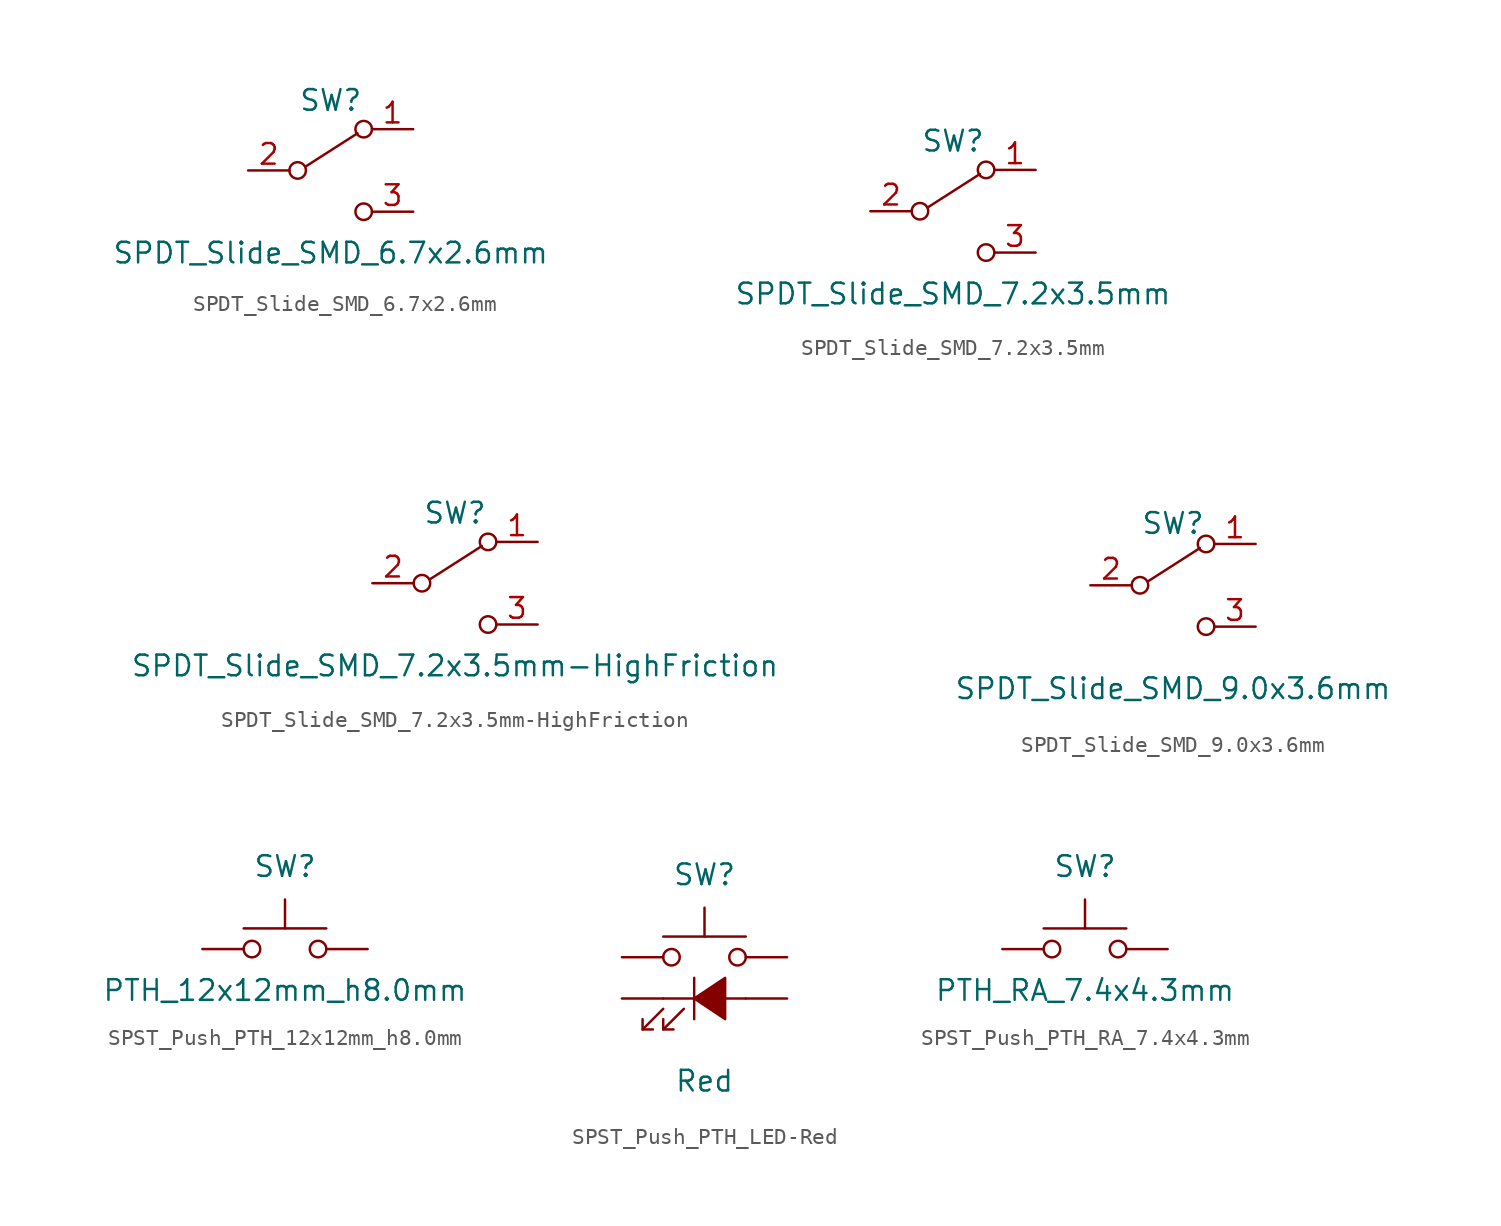
<source format=kicad_sym>
(kicad_symbol_lib
  (version 20231120)
  (generator "kicad_symbol_editor")
  (generator_version "8.0")
  (symbol "SPDT_Slide_SMD_6.7x2.6mm"
    (pin_names
      (offset 0) hide)
    (property "Reference" "SW"
      (at 0 4.318 0)
      (effects (font (size 1.27 1.27))))
    (property "Value" "SPDT_Slide_SMD_6.7x2.6mm"
      (at 0 -5.08 0)
      (effects (font (size 1.27 1.27))))
    (symbol "SPDT_Slide_SMD_6.7x2.6mm_0_0"
      (circle (center -2.032 0) (radius 0.508) (stroke (width 0) (type default)) (fill (type none)))
      (circle (center 2.032 -2.54) (radius 0.508) (stroke (width 0) (type default)) (fill (type none))))
    (symbol "SPDT_Slide_SMD_6.7x2.6mm_0_1"
      (polyline (pts (xy -1.524 0.254) (xy 1.651 2.286)) (stroke (width 0) (type default)) (fill (type none)))
      (circle (center 2.032 2.54) (radius 0.508) (stroke (width 0) (type default)) (fill (type none))))
    (symbol "SPDT_Slide_SMD_6.7x2.6mm_1_1"
      (pin passive line (at 5.08 2.54 180) (length 2.54) (name "A" (effects (font (size 1.27 1.27)))) (number "1" (effects (font (size 1.27 1.27)))))
      (pin passive line (at -5.08 0 0) (length 2.54) (name "2" (effects (font (size 1.27 1.27)))) (number "2" (effects (font (size 1.27 1.27)))))
      (pin passive line (at 5.08 -2.54 180) (length 2.54) (name "C" (effects (font (size 1.27 1.27)))) (number "3" (effects (font (size 1.27 1.27)))))
      (pin no_connect line (at 15.24 2.54 180) (length 2.54) hide (name "MT1" (effects (font (size 1.27 1.27)))) (number "MT1" (effects (font (size 1.27 1.27)))))
      (pin no_connect line (at 15.24 0 180) (length 2.54) hide (name "MT2" (effects (font (size 1.27 1.27)))) (number "MT2" (effects (font (size 1.27 1.27)))))
      (pin no_connect line (at 15.24 -2.54 180) (length 2.54) hide (name "MT3" (effects (font (size 1.27 1.27)))) (number "MT3" (effects (font (size 1.27 1.27)))))
      (pin no_connect line (at 15.24 -5.08 180) (length 2.54) hide (name "MT4" (effects (font (size 1.27 1.27)))) (number "MT4" (effects (font (size 1.27 1.27)))))))
  (symbol "SPDT_Slide_SMD_7.2x3.5mm"
    (pin_names
      (offset 0) hide)
    (property "Reference" "SW"
      (at 0 4.318 0)
      (effects (font (size 1.27 1.27))))
    (property "Value" "SPDT_Slide_SMD_7.2x3.5mm"
      (at 0 -5.08 0)
      (effects (font (size 1.27 1.27))))
    (symbol "SPDT_Slide_SMD_7.2x3.5mm_0_0"
      (circle (center -2.032 0) (radius 0.508) (stroke (width 0) (type default)) (fill (type none)))
      (circle (center 2.032 -2.54) (radius 0.508) (stroke (width 0) (type default)) (fill (type none))))
    (symbol "SPDT_Slide_SMD_7.2x3.5mm_0_1"
      (polyline (pts (xy -1.524 0.254) (xy 1.651 2.286)) (stroke (width 0) (type default)) (fill (type none)))
      (circle (center 2.032 2.54) (radius 0.508) (stroke (width 0) (type default)) (fill (type none))))
    (symbol "SPDT_Slide_SMD_7.2x3.5mm_1_1"
      (pin passive line (at 5.08 2.54 180) (length 2.54) (name "A" (effects (font (size 1.27 1.27)))) (number "1" (effects (font (size 1.27 1.27)))))
      (pin passive line (at -5.08 0 0) (length 2.54) (name "B" (effects (font (size 1.27 1.27)))) (number "2" (effects (font (size 1.27 1.27)))))
      (pin passive line (at 5.08 -2.54 180) (length 2.54) (name "C" (effects (font (size 1.27 1.27)))) (number "3" (effects (font (size 1.27 1.27)))))
      (pin no_connect line (at -5.08 2.54 0) (length 2.54) hide (name "4" (effects (font (size 1.27 1.27)))) (number "4" (effects (font (size 1.27 1.27)))))
      (pin no_connect line (at -5.08 5.08 0) (length 2.54) hide (name "5" (effects (font (size 1.27 1.27)))) (number "5" (effects (font (size 1.27 1.27)))))
      (pin no_connect line (at -5.08 7.62 0) (length 2.54) hide (name "6" (effects (font (size 1.27 1.27)))) (number "6" (effects (font (size 1.27 1.27)))))))
  (symbol "SPDT_Slide_SMD_7.2x3.5mm-HighFriction"
    (pin_names
      (offset 0) hide)
    (property "Reference" "SW"
      (at 0 4.318 0)
      (effects (font (size 1.27 1.27))))
    (property "Value" "SPDT_Slide_SMD_7.2x3.5mm-HighFriction"
      (at 0 -5.08 0)
      (effects (font (size 1.27 1.27))))
    (symbol "SPDT_Slide_SMD_7.2x3.5mm-HighFriction_0_0"
      (circle (center -2.032 0) (radius 0.508) (stroke (width 0) (type default)) (fill (type none)))
      (circle (center 2.032 -2.54) (radius 0.508) (stroke (width 0) (type default)) (fill (type none))))
    (symbol "SPDT_Slide_SMD_7.2x3.5mm-HighFriction_0_1"
      (polyline (pts (xy -1.524 0.254) (xy 1.651 2.286)) (stroke (width 0) (type default)) (fill (type none)))
      (circle (center 2.032 2.54) (radius 0.508) (stroke (width 0) (type default)) (fill (type none))))
    (symbol "SPDT_Slide_SMD_7.2x3.5mm-HighFriction_1_1"
      (pin passive line (at 5.08 2.54 180) (length 2.54) (name "A" (effects (font (size 1.27 1.27)))) (number "1" (effects (font (size 1.27 1.27)))))
      (pin passive line (at -5.08 0 0) (length 2.54) (name "B" (effects (font (size 1.27 1.27)))) (number "2" (effects (font (size 1.27 1.27)))))
      (pin passive line (at 5.08 -2.54 180) (length 2.54) (name "C" (effects (font (size 1.27 1.27)))) (number "3" (effects (font (size 1.27 1.27)))))
      (pin no_connect line (at -5.08 2.54 0) (length 2.54) hide (name "4" (effects (font (size 1.27 1.27)))) (number "4" (effects (font (size 1.27 1.27)))))
      (pin no_connect line (at -5.08 5.08 0) (length 2.54) hide (name "5" (effects (font (size 1.27 1.27)))) (number "5" (effects (font (size 1.27 1.27)))))
      (pin no_connect line (at -5.08 7.62 0) (length 2.54) hide (name "6" (effects (font (size 1.27 1.27)))) (number "6" (effects (font (size 1.27 1.27)))))))
  (symbol "SPDT_Slide_SMD_9.0x3.6mm"
    (pin_names
      (offset 0) hide)
    (property "Reference" "SW"
      (at 0 5.08 0)
      (effects (font (size 1.27 1.27))))
    (property "Value" "SPDT_Slide_SMD_9.0x3.6mm"
      (at 0 -5.08 0)
      (effects (font (size 1.27 1.27))))
    (symbol "SPDT_Slide_SMD_9.0x3.6mm_0_0"
      (circle (center -2.032 1.27) (radius 0.508) (stroke (width 0) (type default)) (fill (type none)))
      (circle (center 2.032 -1.27) (radius 0.508) (stroke (width 0) (type default)) (fill (type none))))
    (symbol "SPDT_Slide_SMD_9.0x3.6mm_0_1"
      (polyline (pts (xy -1.524 1.524) (xy 1.651 3.556)) (stroke (width 0) (type default)) (fill (type none)))
      (circle (center 2.032 3.81) (radius 0.508) (stroke (width 0) (type default)) (fill (type none))))
    (symbol "SPDT_Slide_SMD_9.0x3.6mm_1_1"
      (pin passive line (at 5.08 3.81 180) (length 2.54) (name "A" (effects (font (size 1.27 1.27)))) (number "1" (effects (font (size 1.27 1.27)))))
      (pin passive line (at -5.08 1.27 0) (length 2.54) (name "B" (effects (font (size 1.27 1.27)))) (number "2" (effects (font (size 1.27 1.27)))))
      (pin passive line (at 5.08 -1.27 180) (length 2.54) (name "C" (effects (font (size 1.27 1.27)))) (number "3" (effects (font (size 1.27 1.27)))))
      (pin no_connect line (at -5.08 3.81 0) (length 2.54) hide (name "4" (effects (font (size 1.27 1.27)))) (number "4" (effects (font (size 1.27 1.27)))))
      (pin no_connect line (at -5.08 6.35 0) (length 2.54) hide (name "5" (effects (font (size 1.27 1.27)))) (number "5" (effects (font (size 1.27 1.27)))))
      (pin no_connect line (at -5.08 8.89 0) (length 2.54) hide (name "6" (effects (font (size 1.27 1.27)))) (number "6" (effects (font (size 1.27 1.27)))))))
  (symbol "SPST_Push_PTH_12x12mm_h8.0mm"
    (pin_numbers hide)
    (pin_names
      (offset 0) hide)
    (property "Reference" "SW"
      (at 0 5.08 0)
      (effects (font (size 1.27 1.27))))
    (property "Value" "PTH_12x12mm_h8.0mm"
      (at 0 -2.54 0)
      (effects (font (size 1.27 1.27))))
    (symbol "SPST_Push_PTH_12x12mm_h8.0mm_0_1"
      (circle (center -2.032 0) (radius 0.508) (stroke (width 0) (type default)) (fill (type none)))
      (polyline (pts (xy 0 1.27) (xy 0 3.048)) (stroke (width 0) (type default)) (fill (type none)))
      (polyline (pts (xy 2.54 1.27) (xy -2.54 1.27)) (stroke (width 0) (type default)) (fill (type none)))
      (circle (center 2.032 0) (radius 0.508) (stroke (width 0) (type default)) (fill (type none)))
      (pin passive line (at -5.08 0 0) (length 2.54) (name "1" (effects (font (size 1.27 1.27)))) (number "1" (effects (font (size 1.27 1.27))))))
    (symbol "SPST_Push_PTH_12x12mm_h8.0mm_1_1"
      (pin passive line (at 5.08 0 180) (length 2.54) (name "2" (effects (font (size 1.27 1.27)))) (number "2" (effects (font (size 1.27 1.27)))))))
  (symbol "SPST_Push_PTH_LED-Red"
    (pin_numbers hide)
    (pin_names
      (offset 0) hide)
    (property "Reference" "SW"
      (at 0 7.62 0)
      (effects (font (size 1.27 1.27))))
    (property "Value" "Red"
      (at 0 -5.08 0)
      (effects (font (size 1.27 1.27))))
    (symbol "SPST_Push_PTH_LED-Red_0_0"
      (polyline (pts (xy -3.81 -1.905) (xy -2.54 -0.635)) (stroke (width 0) (type default)) (fill (type none)))
      (polyline (pts (xy -2.54 -1.905) (xy -1.27 -0.635)) (stroke (width 0) (type default)) (fill (type none)))
      (polyline (pts (xy -2.54 0) (xy 2.54 0)) (stroke (width 0) (type default)) (fill (type none)))
      (polyline (pts (xy -0.635 1.27) (xy -0.635 -1.27)) (stroke (width 0) (type default)) (fill (type none)))
      (polyline (pts (xy -3.81 -1.27) (xy -3.81 -1.905) (xy -3.175 -1.905)) (stroke (width 0) (type default)) (fill (type none)))
      (polyline (pts (xy -2.54 -1.27) (xy -2.54 -1.905) (xy -1.905 -1.905)) (stroke (width 0) (type default)) (fill (type none)))
      (polyline (pts (xy -0.635 0) (xy 1.27 1.27) (xy 1.27 -1.27) (xy -0.635 0)) (stroke (width 0) (type default)) (fill (type outline))))
    (symbol "SPST_Push_PTH_LED-Red_0_1"
      (circle (center -2.032 2.54) (radius 0.508) (stroke (width 0) (type default)) (fill (type none)))
      (polyline (pts (xy 0 3.81) (xy 0 5.588)) (stroke (width 0) (type default)) (fill (type none)))
      (polyline (pts (xy 2.54 3.81) (xy -2.54 3.81)) (stroke (width 0) (type default)) (fill (type none)))
      (circle (center 2.032 2.54) (radius 0.508) (stroke (width 0) (type default)) (fill (type none)))
      (pin passive line (at -5.08 2.54 0) (length 2.54) (name "1" (effects (font (size 1.27 1.27)))) (number "1" (effects (font (size 1.27 1.27)))))
      (pin passive line (at 5.08 2.54 180) (length 2.54) (name "2" (effects (font (size 1.27 1.27)))) (number "2" (effects (font (size 1.27 1.27))))))
    (symbol "SPST_Push_PTH_LED-Red_1_1"
      (pin passive line (at 5.08 0 180) (length 2.54) (name "A" (effects (font (size 1.27 1.27)))) (number "A" (effects (font (size 1.27 1.27)))))
      (pin passive line (at -5.08 0 0) (length 2.54) (name "K" (effects (font (size 1.27 1.27)))) (number "K" (effects (font (size 1.27 1.27)))))))
  (symbol "SPST_Push_PTH_RA_7.4x4.3mm"
    (pin_numbers hide)
    (pin_names
      (offset 0) hide)
    (property "Reference" "SW"
      (at 0 5.08 0)
      (effects (font (size 1.27 1.27))))
    (property "Value" "PTH_RA_7.4x4.3mm"
      (at 0 -2.54 0)
      (effects (font (size 1.27 1.27))))
    (symbol "SPST_Push_PTH_RA_7.4x4.3mm_0_1"
      (circle (center -2.032 0) (radius 0.508) (stroke (width 0) (type default)) (fill (type none)))
      (polyline (pts (xy 0 1.27) (xy 0 3.048)) (stroke (width 0) (type default)) (fill (type none)))
      (polyline (pts (xy 2.54 1.27) (xy -2.54 1.27)) (stroke (width 0) (type default)) (fill (type none)))
      (circle (center 2.032 0) (radius 0.508) (stroke (width 0) (type default)) (fill (type none)))
      (pin passive line (at -5.08 0 0) (length 2.54) (name "1" (effects (font (size 1.27 1.27)))) (number "1" (effects (font (size 1.27 1.27)))))
      (pin passive line (at 5.08 0 180) (length 2.54) (name "2" (effects (font (size 1.27 1.27)))) (number "2" (effects (font (size 1.27 1.27))))))
    (symbol "SPST_Push_PTH_RA_7.4x4.3mm_1_1"
      (pin passive line (at -5.08 2.54 0) (length 2.54) hide (name "M1" (effects (font (size 1.27 1.27)))) (number "M1" (effects (font (size 1.27 1.27)))))
      (pin passive line (at 5.08 2.54 180) (length 2.54) hide (name "M2" (effects (font (size 1.27 1.27)))) (number "M2" (effects (font (size 1.27 1.27))))))))
</source>
